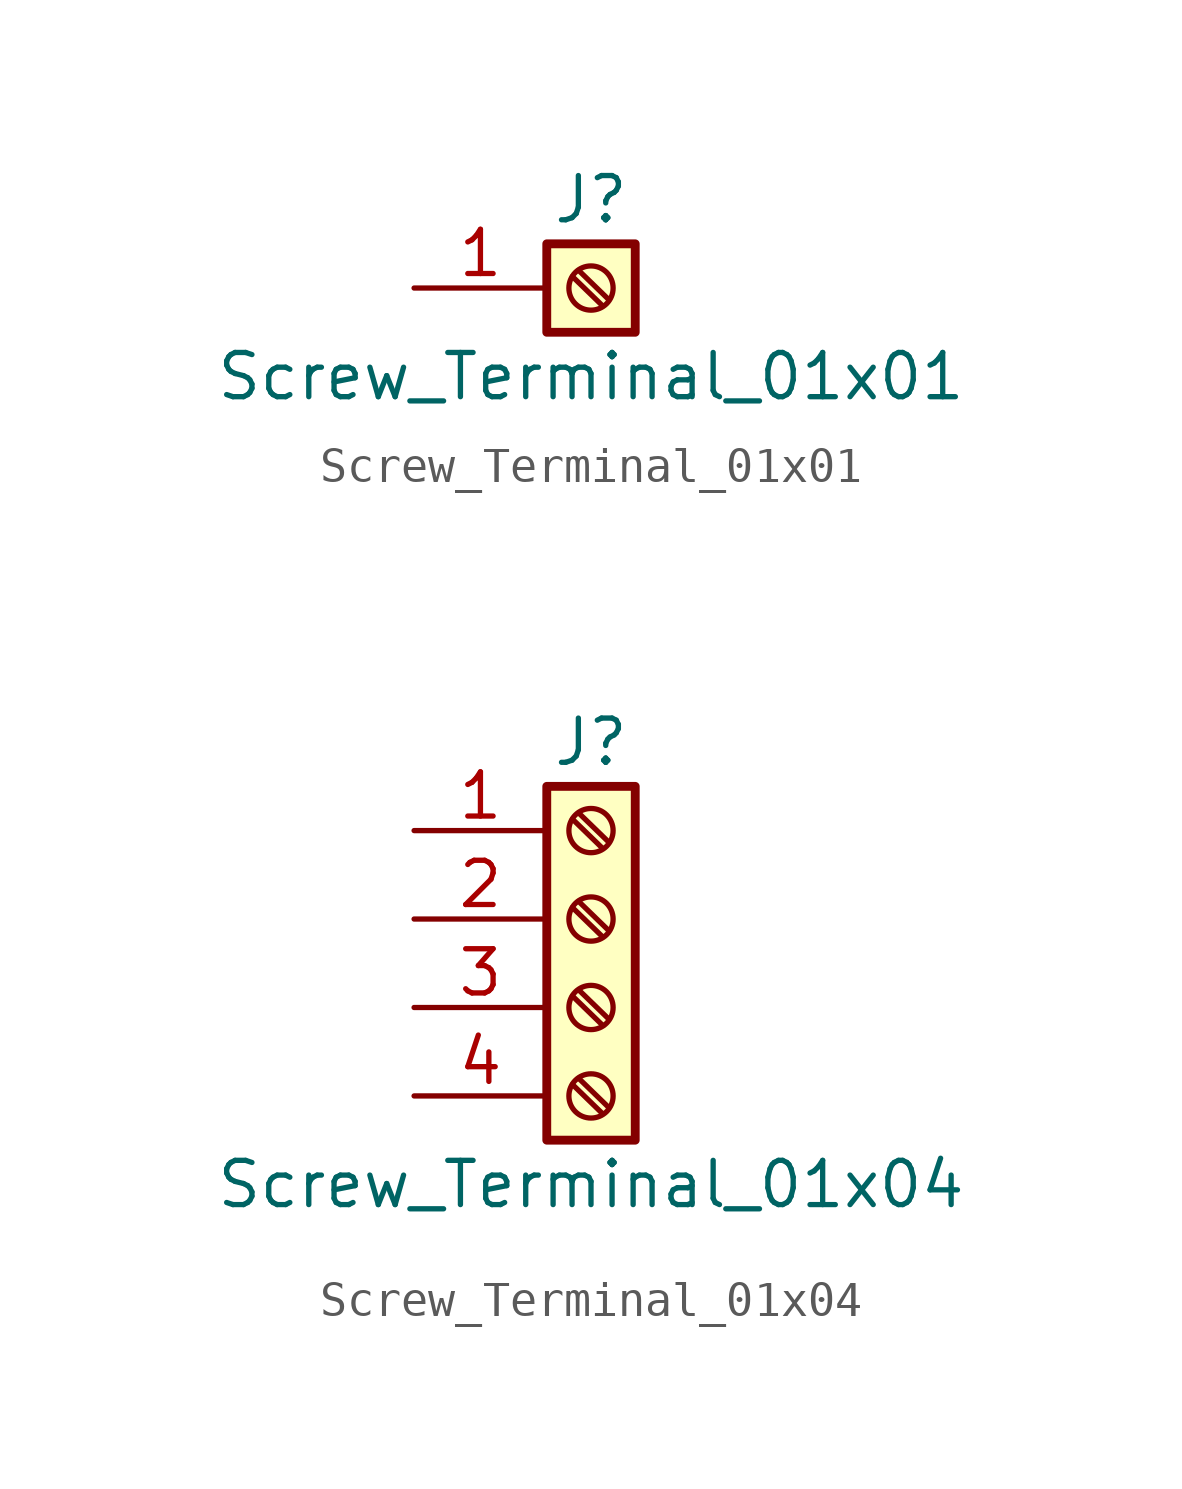
<source format=kicad_sym>
(kicad_symbol_lib
  (version 20201005)
  (generator kicad_symbol_editor)
  (symbol "Connector:Screw_Terminal_01x01"
    (pin_names
      (offset 1.016) hide)
    (property "Reference" "J"
      (at 0 2.54 0)
      (effects (font (size 1.27 1.27))))
    (property "Value" "Screw_Terminal_01x01"
      (at 0 -2.54 0)
      (effects (font (size 1.27 1.27))))
    (symbol "Screw_Terminal_01x01_1_1"
      (circle (center 0 0) (radius 0.635) (stroke (width 0.152)) (fill (type none)))
      (rectangle (start -1.27 1.27) (end 1.27 -1.27) (stroke (width 0.254)) (fill (type background)))
      (polyline (pts (xy -0.533 0.33) (xy 0.33 -0.508)) (stroke (width 0.152)) (fill (type none)))
      (polyline (pts (xy -0.356 0.508) (xy 0.508 -0.33)) (stroke (width 0.152)) (fill (type none)))
      (pin passive line (at -5.08 0 0) (length 3.81) (name "Pin_1" (effects (font (size 1.27 1.27)))) (number "1" (effects (font (size 1.27 1.27)))))))
  (symbol "Connector:Screw_Terminal_01x04"
    (pin_names
      (offset 1.016) hide)
    (property "Reference" "J"
      (at 0 5.08 0)
      (effects (font (size 1.27 1.27))))
    (property "Value" "Screw_Terminal_01x04"
      (at 0 -7.62 0)
      (effects (font (size 1.27 1.27))))
    (symbol "Screw_Terminal_01x04_1_1"
      (circle (center 0 -5.08) (radius 0.635) (stroke (width 0.152)) (fill (type none)))
      (circle (center 0 -2.54) (radius 0.635) (stroke (width 0.152)) (fill (type none)))
      (circle (center 0 0) (radius 0.635) (stroke (width 0.152)) (fill (type none)))
      (circle (center 0 2.54) (radius 0.635) (stroke (width 0.152)) (fill (type none)))
      (rectangle (start -1.27 3.81) (end 1.27 -6.35) (stroke (width 0.254)) (fill (type background)))
      (polyline (pts (xy -0.533 -4.75) (xy 0.33 -5.588)) (stroke (width 0.152)) (fill (type none)))
      (polyline (pts (xy -0.533 -2.21) (xy 0.33 -3.048)) (stroke (width 0.152)) (fill (type none)))
      (polyline (pts (xy -0.533 0.33) (xy 0.33 -0.508)) (stroke (width 0.152)) (fill (type none)))
      (polyline (pts (xy -0.533 2.87) (xy 0.33 2.032)) (stroke (width 0.152)) (fill (type none)))
      (polyline (pts (xy -0.356 -4.572) (xy 0.508 -5.41)) (stroke (width 0.152)) (fill (type none)))
      (polyline (pts (xy -0.356 -2.032) (xy 0.508 -2.87)) (stroke (width 0.152)) (fill (type none)))
      (polyline (pts (xy -0.356 0.508) (xy 0.508 -0.33)) (stroke (width 0.152)) (fill (type none)))
      (polyline (pts (xy -0.356 3.048) (xy 0.508 2.21)) (stroke (width 0.152)) (fill (type none)))
      (pin passive line (at -5.08 2.54 0) (length 3.81) (name "Pin_1" (effects (font (size 1.27 1.27)))) (number "1" (effects (font (size 1.27 1.27)))))
      (pin passive line (at -5.08 0 0) (length 3.81) (name "Pin_2" (effects (font (size 1.27 1.27)))) (number "2" (effects (font (size 1.27 1.27)))))
      (pin passive line (at -5.08 -2.54 0) (length 3.81) (name "Pin_3" (effects (font (size 1.27 1.27)))) (number "3" (effects (font (size 1.27 1.27)))))
      (pin passive line (at -5.08 -5.08 0) (length 3.81) (name "Pin_4" (effects (font (size 1.27 1.27)))) (number "4" (effects (font (size 1.27 1.27))))))))
</source>
